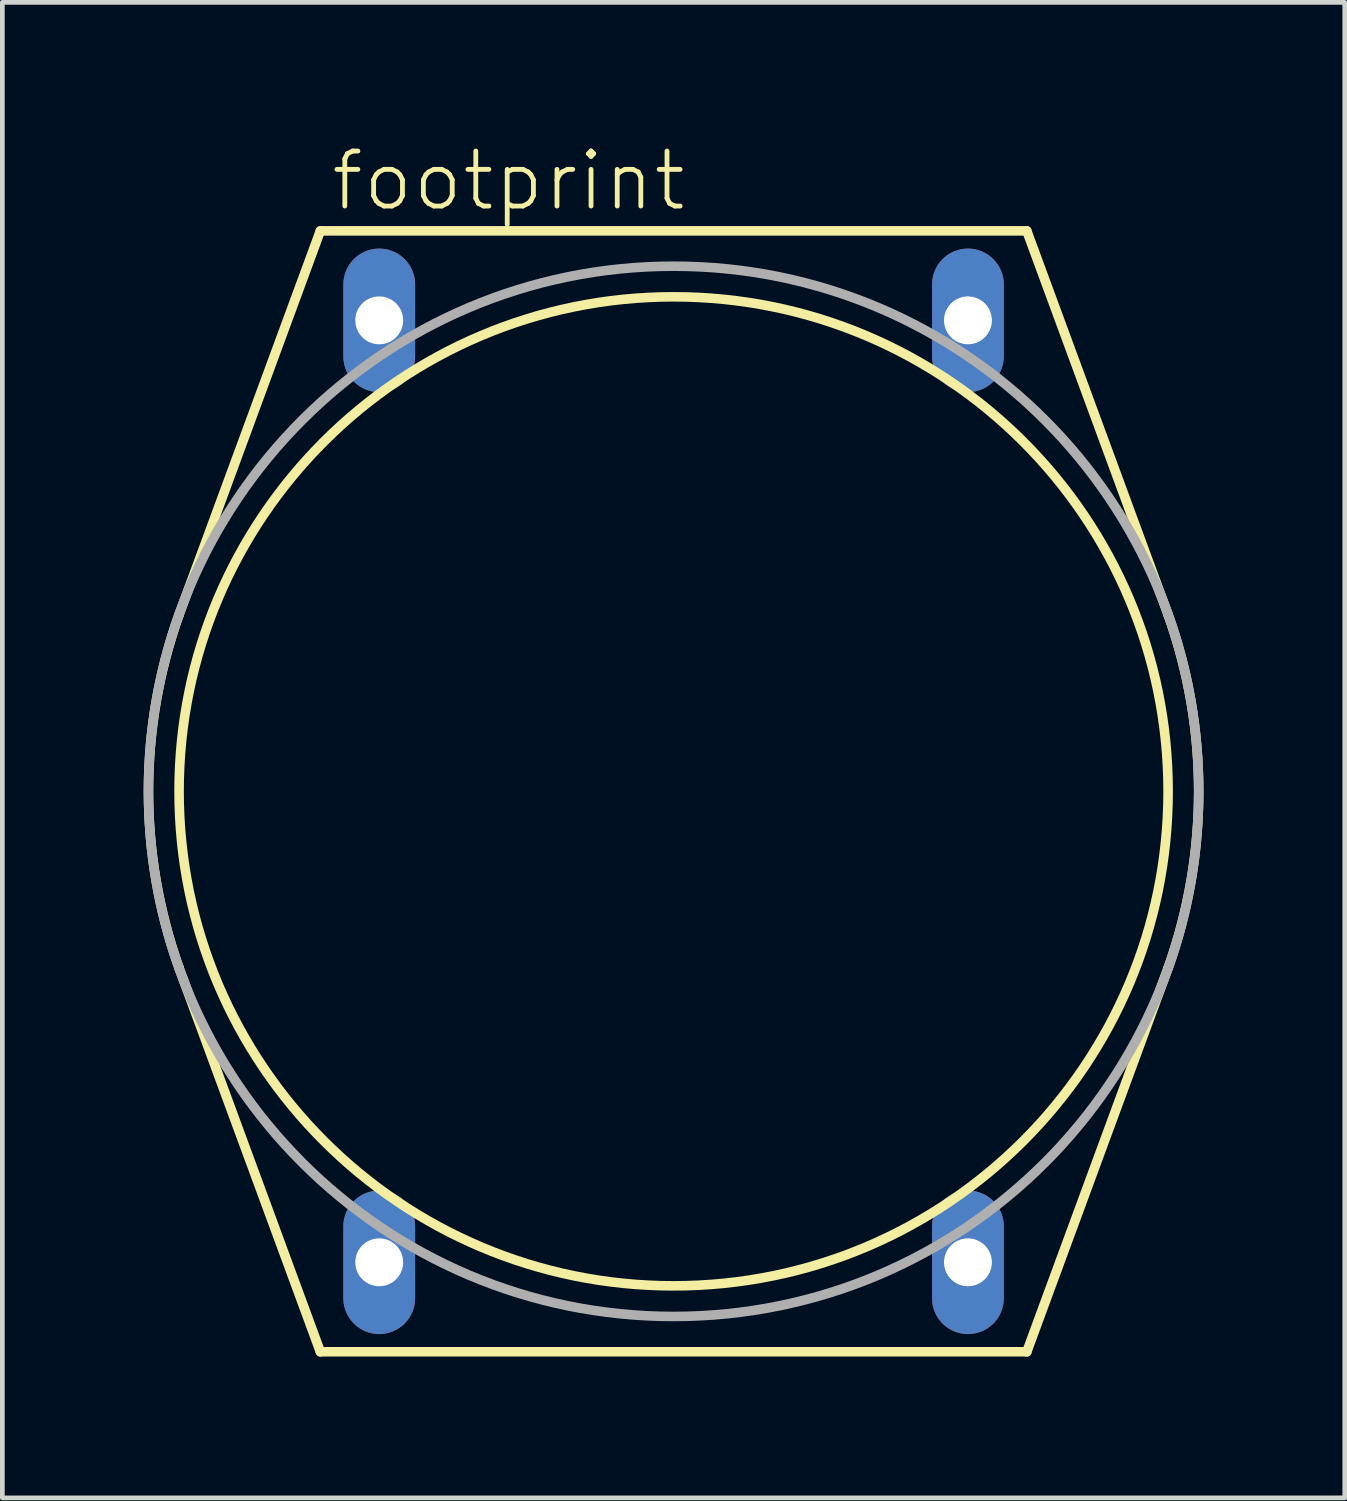
<source format=kicad_pcb>
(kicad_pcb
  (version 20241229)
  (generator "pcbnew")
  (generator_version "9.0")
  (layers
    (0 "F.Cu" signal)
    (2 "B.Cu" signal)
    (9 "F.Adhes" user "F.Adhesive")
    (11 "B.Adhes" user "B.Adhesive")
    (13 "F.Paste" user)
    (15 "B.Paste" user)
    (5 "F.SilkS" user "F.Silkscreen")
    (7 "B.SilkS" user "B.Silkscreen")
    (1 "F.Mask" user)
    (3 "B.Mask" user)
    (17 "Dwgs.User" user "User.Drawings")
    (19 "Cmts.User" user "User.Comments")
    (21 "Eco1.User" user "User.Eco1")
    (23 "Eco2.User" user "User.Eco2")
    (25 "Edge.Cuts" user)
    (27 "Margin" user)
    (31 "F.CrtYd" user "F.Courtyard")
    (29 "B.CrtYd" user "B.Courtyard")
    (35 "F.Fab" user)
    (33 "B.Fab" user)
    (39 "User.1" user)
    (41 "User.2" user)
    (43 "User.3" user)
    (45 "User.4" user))
  (footprint "footprint"
    (layer "F.Cu")
    (at 11.252 13.752)
    (property "Reference" "footprint" (at -7.326 -12.279 0) (layer "F.SilkS") (effects (font (size 1.168 1.168) (thickness 0.102)) (justify left bottom)))
    (fp_line (start -10.5 -3.75) (end -7.5 -11.9) (stroke (width 0.203) (type solid)) (layer "F.SilkS"))
    (fp_line (start -7.5 -11.9) (end 7.5 -11.9) (stroke (width 0.203) (type solid)) (layer "F.SilkS"))
    (fp_line (start -7.5 11.9) (end -10.5 3.75) (stroke (width 0.203) (type solid)) (layer "F.SilkS"))
    (fp_line (start 7.5 -11.9) (end 10.5 -3.75) (stroke (width 0.203) (type solid)) (layer "F.SilkS"))
    (fp_line (start 7.5 11.9) (end -7.5 11.9) (stroke (width 0.203) (type solid)) (layer "F.SilkS"))
    (fp_line (start 10.5 3.75) (end 7.5 11.9) (stroke (width 0.203) (type solid)) (layer "F.SilkS"))
    (fp_arc (start -10.5 3.75) (mid -11.149552 0) (end -10.5 -3.75) (stroke (width 0.2032) (type solid)) (layer "F.SilkS"))
    (fp_arc (start 10.5 -3.75) (mid 11.149552 0) (end 10.5 3.75) (stroke (width 0.2032) (type solid)) (layer "F.SilkS"))
    (fp_circle (center 0 0) (end 10.5 0) (stroke (width 0.203) (type solid)) (fill no) (layer "F.SilkS"))
    (fp_circle (center 0 0) (end 11.15 0) (stroke (width 0.203) (type solid)) (fill no) (layer "F.Fab"))
    (pad "1" thru_hole oval (at -6.25 -10 90) (size 3.048 1.524) (drill 1.016) (layers "*.Cu" "*.Mask"))
    (pad "2" thru_hole oval (at -6.25 10 90) (size 3.048 1.524) (drill 1.016) (layers "*.Cu" "*.Mask"))
    (pad "3" thru_hole oval (at 6.25 10 90) (size 3.048 1.524) (drill 1.016) (layers "*.Cu" "*.Mask"))
    (pad "4" thru_hole oval (at 6.25 -10 90) (size 3.048 1.524) (drill 1.016) (layers "*.Cu" "*.Mask")))
  (gr_rect
    (start -3 -3)
    (end 25.503 28.754)
    (stroke (width 0.1) (type default))
    (fill no)
    (layer "Edge.Cuts")))
</source>
